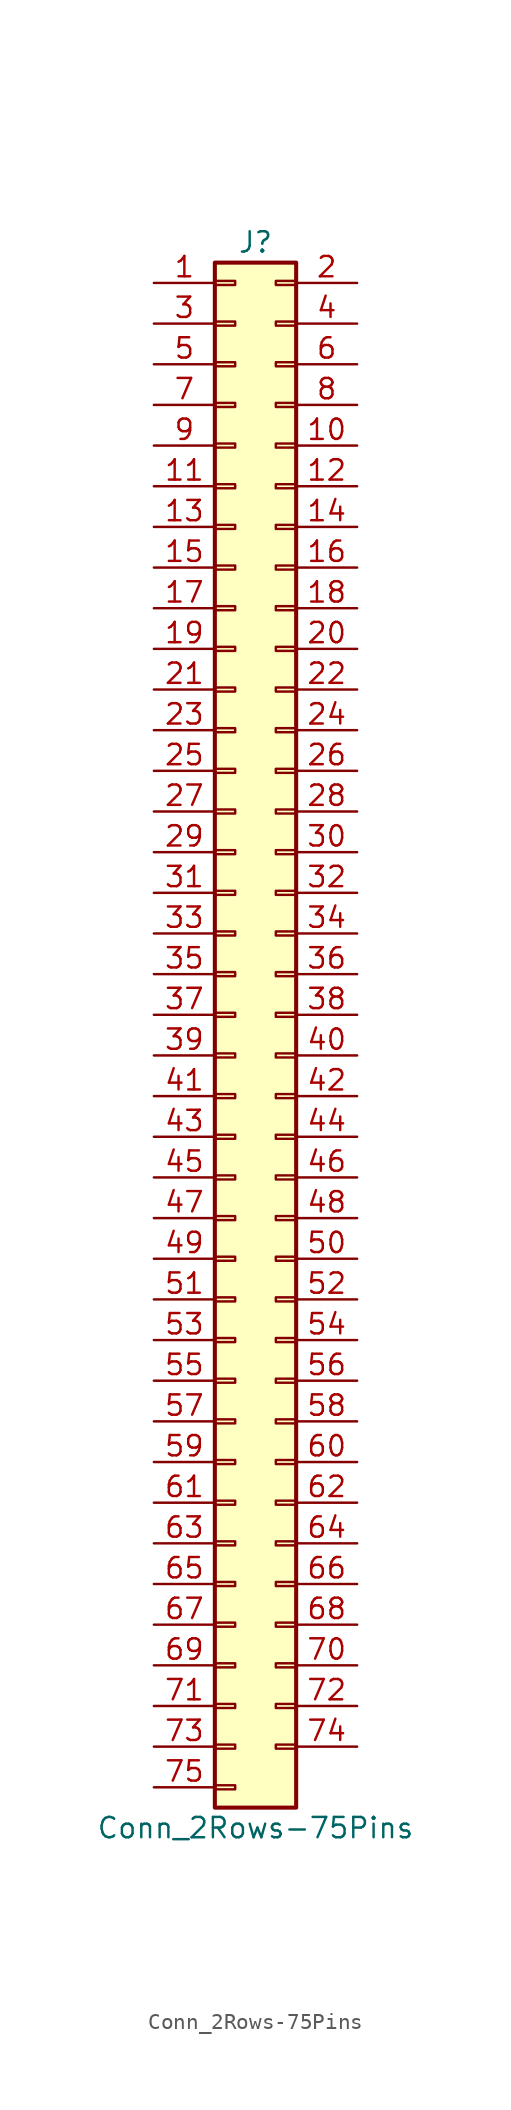
<source format=kicad_sym>
(kicad_symbol_lib
  (version 20201005)
  (generator kicad_symbol_editor)
  (symbol "Conn_2Rows-75Pins"
    (pin_names
      (offset 1.016) hide)
    (property "Reference" "J"
      (at 1.27 48.26 0)
      (effects (font (size 1.27 1.27))))
    (property "Value" "Conn_2Rows-75Pins"
      (at 1.27 -50.8 0)
      (effects (font (size 1.27 1.27))))
    (symbol "Conn_2Rows-75Pins_1_1"
      (rectangle (start -1.27 -48.133) (end 0 -48.387) (stroke (width 0.152)) (fill (type none)))
      (rectangle (start -1.27 -45.593) (end 0 -45.847) (stroke (width 0.152)) (fill (type none)))
      (rectangle (start -1.27 -43.053) (end 0 -43.307) (stroke (width 0.152)) (fill (type none)))
      (rectangle (start -1.27 -40.513) (end 0 -40.767) (stroke (width 0.152)) (fill (type none)))
      (rectangle (start -1.27 -37.973) (end 0 -38.227) (stroke (width 0.152)) (fill (type none)))
      (rectangle (start -1.27 -35.433) (end 0 -35.687) (stroke (width 0.152)) (fill (type none)))
      (rectangle (start -1.27 -32.893) (end 0 -33.147) (stroke (width 0.152)) (fill (type none)))
      (rectangle (start -1.27 -30.353) (end 0 -30.607) (stroke (width 0.152)) (fill (type none)))
      (rectangle (start -1.27 -27.813) (end 0 -28.067) (stroke (width 0.152)) (fill (type none)))
      (rectangle (start -1.27 -25.273) (end 0 -25.527) (stroke (width 0.152)) (fill (type none)))
      (rectangle (start -1.27 -22.733) (end 0 -22.987) (stroke (width 0.152)) (fill (type none)))
      (rectangle (start -1.27 -20.193) (end 0 -20.447) (stroke (width 0.152)) (fill (type none)))
      (rectangle (start -1.27 -17.653) (end 0 -17.907) (stroke (width 0.152)) (fill (type none)))
      (rectangle (start -1.27 -15.113) (end 0 -15.367) (stroke (width 0.152)) (fill (type none)))
      (rectangle (start -1.27 -12.573) (end 0 -12.827) (stroke (width 0.152)) (fill (type none)))
      (rectangle (start -1.27 -10.033) (end 0 -10.287) (stroke (width 0.152)) (fill (type none)))
      (rectangle (start -1.27 -7.493) (end 0 -7.747) (stroke (width 0.152)) (fill (type none)))
      (rectangle (start -1.27 -4.953) (end 0 -5.207) (stroke (width 0.152)) (fill (type none)))
      (rectangle (start -1.27 -2.413) (end 0 -2.667) (stroke (width 0.152)) (fill (type none)))
      (rectangle (start -1.27 0.127) (end 0 -0.127) (stroke (width 0.152)) (fill (type none)))
      (rectangle (start -1.27 2.667) (end 0 2.413) (stroke (width 0.152)) (fill (type none)))
      (rectangle (start -1.27 5.207) (end 0 4.953) (stroke (width 0.152)) (fill (type none)))
      (rectangle (start -1.27 7.747) (end 0 7.493) (stroke (width 0.152)) (fill (type none)))
      (rectangle (start -1.27 10.287) (end 0 10.033) (stroke (width 0.152)) (fill (type none)))
      (rectangle (start -1.27 12.827) (end 0 12.573) (stroke (width 0.152)) (fill (type none)))
      (rectangle (start -1.27 15.367) (end 0 15.113) (stroke (width 0.152)) (fill (type none)))
      (rectangle (start -1.27 17.907) (end 0 17.653) (stroke (width 0.152)) (fill (type none)))
      (rectangle (start -1.27 20.447) (end 0 20.193) (stroke (width 0.152)) (fill (type none)))
      (rectangle (start -1.27 22.987) (end 0 22.733) (stroke (width 0.152)) (fill (type none)))
      (rectangle (start -1.27 25.527) (end 0 25.273) (stroke (width 0.152)) (fill (type none)))
      (rectangle (start -1.27 28.067) (end 0 27.813) (stroke (width 0.152)) (fill (type none)))
      (rectangle (start -1.27 30.607) (end 0 30.353) (stroke (width 0.152)) (fill (type none)))
      (rectangle (start -1.27 33.147) (end 0 32.893) (stroke (width 0.152)) (fill (type none)))
      (rectangle (start -1.27 35.687) (end 0 35.433) (stroke (width 0.152)) (fill (type none)))
      (rectangle (start -1.27 38.227) (end 0 37.973) (stroke (width 0.152)) (fill (type none)))
      (rectangle (start -1.27 40.767) (end 0 40.513) (stroke (width 0.152)) (fill (type none)))
      (rectangle (start -1.27 43.307) (end 0 43.053) (stroke (width 0.152)) (fill (type none)))
      (rectangle (start -1.27 45.847) (end 0 45.593) (stroke (width 0.152)) (fill (type none)))
      (rectangle (start 3.81 -45.593) (end 2.54 -45.847) (stroke (width 0.152)) (fill (type none)))
      (rectangle (start 3.81 -43.053) (end 2.54 -43.307) (stroke (width 0.152)) (fill (type none)))
      (rectangle (start 3.81 -40.513) (end 2.54 -40.767) (stroke (width 0.152)) (fill (type none)))
      (rectangle (start 3.81 -37.973) (end 2.54 -38.227) (stroke (width 0.152)) (fill (type none)))
      (rectangle (start 3.81 -35.433) (end 2.54 -35.687) (stroke (width 0.152)) (fill (type none)))
      (rectangle (start 3.81 -32.893) (end 2.54 -33.147) (stroke (width 0.152)) (fill (type none)))
      (rectangle (start 3.81 -30.353) (end 2.54 -30.607) (stroke (width 0.152)) (fill (type none)))
      (rectangle (start 3.81 -27.813) (end 2.54 -28.067) (stroke (width 0.152)) (fill (type none)))
      (rectangle (start 3.81 -25.273) (end 2.54 -25.527) (stroke (width 0.152)) (fill (type none)))
      (rectangle (start 3.81 -22.733) (end 2.54 -22.987) (stroke (width 0.152)) (fill (type none)))
      (rectangle (start 3.81 -20.193) (end 2.54 -20.447) (stroke (width 0.152)) (fill (type none)))
      (rectangle (start 3.81 -17.653) (end 2.54 -17.907) (stroke (width 0.152)) (fill (type none)))
      (rectangle (start 3.81 -15.113) (end 2.54 -15.367) (stroke (width 0.152)) (fill (type none)))
      (rectangle (start 3.81 -12.573) (end 2.54 -12.827) (stroke (width 0.152)) (fill (type none)))
      (rectangle (start 3.81 -10.033) (end 2.54 -10.287) (stroke (width 0.152)) (fill (type none)))
      (rectangle (start 3.81 -7.493) (end 2.54 -7.747) (stroke (width 0.152)) (fill (type none)))
      (rectangle (start 3.81 -4.953) (end 2.54 -5.207) (stroke (width 0.152)) (fill (type none)))
      (rectangle (start 3.81 -2.413) (end 2.54 -2.667) (stroke (width 0.152)) (fill (type none)))
      (rectangle (start 3.81 0.127) (end 2.54 -0.127) (stroke (width 0.152)) (fill (type none)))
      (rectangle (start 3.81 2.667) (end 2.54 2.413) (stroke (width 0.152)) (fill (type none)))
      (rectangle (start 3.81 5.207) (end 2.54 4.953) (stroke (width 0.152)) (fill (type none)))
      (rectangle (start 3.81 7.747) (end 2.54 7.493) (stroke (width 0.152)) (fill (type none)))
      (rectangle (start 3.81 10.287) (end 2.54 10.033) (stroke (width 0.152)) (fill (type none)))
      (rectangle (start 3.81 12.827) (end 2.54 12.573) (stroke (width 0.152)) (fill (type none)))
      (rectangle (start 3.81 15.367) (end 2.54 15.113) (stroke (width 0.152)) (fill (type none)))
      (rectangle (start 3.81 17.907) (end 2.54 17.653) (stroke (width 0.152)) (fill (type none)))
      (rectangle (start 3.81 20.447) (end 2.54 20.193) (stroke (width 0.152)) (fill (type none)))
      (rectangle (start 3.81 22.987) (end 2.54 22.733) (stroke (width 0.152)) (fill (type none)))
      (rectangle (start 3.81 25.527) (end 2.54 25.273) (stroke (width 0.152)) (fill (type none)))
      (rectangle (start 3.81 28.067) (end 2.54 27.813) (stroke (width 0.152)) (fill (type none)))
      (rectangle (start 3.81 30.607) (end 2.54 30.353) (stroke (width 0.152)) (fill (type none)))
      (rectangle (start 3.81 33.147) (end 2.54 32.893) (stroke (width 0.152)) (fill (type none)))
      (rectangle (start 3.81 35.687) (end 2.54 35.433) (stroke (width 0.152)) (fill (type none)))
      (rectangle (start 3.81 38.227) (end 2.54 37.973) (stroke (width 0.152)) (fill (type none)))
      (rectangle (start 3.81 40.767) (end 2.54 40.513) (stroke (width 0.152)) (fill (type none)))
      (rectangle (start 3.81 43.307) (end 2.54 43.053) (stroke (width 0.152)) (fill (type none)))
      (rectangle (start 3.81 45.847) (end 2.54 45.593) (stroke (width 0.152)) (fill (type none)))
      (rectangle (start -1.27 46.99) (end 3.81 -49.53) (stroke (width 0.254)) (fill (type background)))
      (pin passive line (at -5.08 45.72 0) (length 3.81) (name "Pin_1" (effects (font (size 1.27 1.27)))) (number "1" (effects (font (size 1.27 1.27)))))
      (pin passive line (at 7.62 35.56 180) (length 3.81) (name "Pin_10" (effects (font (size 1.27 1.27)))) (number "10" (effects (font (size 1.27 1.27)))))
      (pin passive line (at -5.08 33.02 0) (length 3.81) (name "Pin_11" (effects (font (size 1.27 1.27)))) (number "11" (effects (font (size 1.27 1.27)))))
      (pin passive line (at 7.62 33.02 180) (length 3.81) (name "Pin_12" (effects (font (size 1.27 1.27)))) (number "12" (effects (font (size 1.27 1.27)))))
      (pin passive line (at -5.08 30.48 0) (length 3.81) (name "Pin_13" (effects (font (size 1.27 1.27)))) (number "13" (effects (font (size 1.27 1.27)))))
      (pin passive line (at 7.62 30.48 180) (length 3.81) (name "Pin_14" (effects (font (size 1.27 1.27)))) (number "14" (effects (font (size 1.27 1.27)))))
      (pin passive line (at -5.08 27.94 0) (length 3.81) (name "Pin_15" (effects (font (size 1.27 1.27)))) (number "15" (effects (font (size 1.27 1.27)))))
      (pin passive line (at 7.62 27.94 180) (length 3.81) (name "Pin_16" (effects (font (size 1.27 1.27)))) (number "16" (effects (font (size 1.27 1.27)))))
      (pin passive line (at -5.08 25.4 0) (length 3.81) (name "Pin_17" (effects (font (size 1.27 1.27)))) (number "17" (effects (font (size 1.27 1.27)))))
      (pin passive line (at 7.62 25.4 180) (length 3.81) (name "Pin_18" (effects (font (size 1.27 1.27)))) (number "18" (effects (font (size 1.27 1.27)))))
      (pin passive line (at -5.08 22.86 0) (length 3.81) (name "Pin_19" (effects (font (size 1.27 1.27)))) (number "19" (effects (font (size 1.27 1.27)))))
      (pin passive line (at 7.62 45.72 180) (length 3.81) (name "Pin_2" (effects (font (size 1.27 1.27)))) (number "2" (effects (font (size 1.27 1.27)))))
      (pin passive line (at 7.62 22.86 180) (length 3.81) (name "Pin_20" (effects (font (size 1.27 1.27)))) (number "20" (effects (font (size 1.27 1.27)))))
      (pin passive line (at -5.08 20.32 0) (length 3.81) (name "Pin_21" (effects (font (size 1.27 1.27)))) (number "21" (effects (font (size 1.27 1.27)))))
      (pin passive line (at 7.62 20.32 180) (length 3.81) (name "Pin_22" (effects (font (size 1.27 1.27)))) (number "22" (effects (font (size 1.27 1.27)))))
      (pin passive line (at -5.08 17.78 0) (length 3.81) (name "Pin_23" (effects (font (size 1.27 1.27)))) (number "23" (effects (font (size 1.27 1.27)))))
      (pin passive line (at 7.62 17.78 180) (length 3.81) (name "Pin_24" (effects (font (size 1.27 1.27)))) (number "24" (effects (font (size 1.27 1.27)))))
      (pin passive line (at -5.08 15.24 0) (length 3.81) (name "Pin_25" (effects (font (size 1.27 1.27)))) (number "25" (effects (font (size 1.27 1.27)))))
      (pin passive line (at 7.62 15.24 180) (length 3.81) (name "Pin_26" (effects (font (size 1.27 1.27)))) (number "26" (effects (font (size 1.27 1.27)))))
      (pin passive line (at -5.08 12.7 0) (length 3.81) (name "Pin_27" (effects (font (size 1.27 1.27)))) (number "27" (effects (font (size 1.27 1.27)))))
      (pin passive line (at 7.62 12.7 180) (length 3.81) (name "Pin_28" (effects (font (size 1.27 1.27)))) (number "28" (effects (font (size 1.27 1.27)))))
      (pin passive line (at -5.08 10.16 0) (length 3.81) (name "Pin_29" (effects (font (size 1.27 1.27)))) (number "29" (effects (font (size 1.27 1.27)))))
      (pin passive line (at -5.08 43.18 0) (length 3.81) (name "Pin_3" (effects (font (size 1.27 1.27)))) (number "3" (effects (font (size 1.27 1.27)))))
      (pin passive line (at 7.62 10.16 180) (length 3.81) (name "Pin_30" (effects (font (size 1.27 1.27)))) (number "30" (effects (font (size 1.27 1.27)))))
      (pin passive line (at -5.08 7.62 0) (length 3.81) (name "Pin_31" (effects (font (size 1.27 1.27)))) (number "31" (effects (font (size 1.27 1.27)))))
      (pin passive line (at 7.62 7.62 180) (length 3.81) (name "Pin_32" (effects (font (size 1.27 1.27)))) (number "32" (effects (font (size 1.27 1.27)))))
      (pin passive line (at -5.08 5.08 0) (length 3.81) (name "Pin_33" (effects (font (size 1.27 1.27)))) (number "33" (effects (font (size 1.27 1.27)))))
      (pin passive line (at 7.62 5.08 180) (length 3.81) (name "Pin_34" (effects (font (size 1.27 1.27)))) (number "34" (effects (font (size 1.27 1.27)))))
      (pin passive line (at -5.08 2.54 0) (length 3.81) (name "Pin_35" (effects (font (size 1.27 1.27)))) (number "35" (effects (font (size 1.27 1.27)))))
      (pin passive line (at 7.62 2.54 180) (length 3.81) (name "Pin_36" (effects (font (size 1.27 1.27)))) (number "36" (effects (font (size 1.27 1.27)))))
      (pin passive line (at -5.08 0 0) (length 3.81) (name "Pin_37" (effects (font (size 1.27 1.27)))) (number "37" (effects (font (size 1.27 1.27)))))
      (pin passive line (at 7.62 0 180) (length 3.81) (name "Pin_38" (effects (font (size 1.27 1.27)))) (number "38" (effects (font (size 1.27 1.27)))))
      (pin passive line (at -5.08 -2.54 0) (length 3.81) (name "Pin_39" (effects (font (size 1.27 1.27)))) (number "39" (effects (font (size 1.27 1.27)))))
      (pin passive line (at 7.62 43.18 180) (length 3.81) (name "Pin_4" (effects (font (size 1.27 1.27)))) (number "4" (effects (font (size 1.27 1.27)))))
      (pin passive line (at 7.62 -2.54 180) (length 3.81) (name "Pin_40" (effects (font (size 1.27 1.27)))) (number "40" (effects (font (size 1.27 1.27)))))
      (pin passive line (at -5.08 -5.08 0) (length 3.81) (name "Pin_41" (effects (font (size 1.27 1.27)))) (number "41" (effects (font (size 1.27 1.27)))))
      (pin passive line (at 7.62 -5.08 180) (length 3.81) (name "Pin_42" (effects (font (size 1.27 1.27)))) (number "42" (effects (font (size 1.27 1.27)))))
      (pin passive line (at -5.08 -7.62 0) (length 3.81) (name "Pin_43" (effects (font (size 1.27 1.27)))) (number "43" (effects (font (size 1.27 1.27)))))
      (pin passive line (at 7.62 -7.62 180) (length 3.81) (name "Pin_44" (effects (font (size 1.27 1.27)))) (number "44" (effects (font (size 1.27 1.27)))))
      (pin passive line (at -5.08 -10.16 0) (length 3.81) (name "Pin_45" (effects (font (size 1.27 1.27)))) (number "45" (effects (font (size 1.27 1.27)))))
      (pin passive line (at 7.62 -10.16 180) (length 3.81) (name "Pin_46" (effects (font (size 1.27 1.27)))) (number "46" (effects (font (size 1.27 1.27)))))
      (pin passive line (at -5.08 -12.7 0) (length 3.81) (name "Pin_47" (effects (font (size 1.27 1.27)))) (number "47" (effects (font (size 1.27 1.27)))))
      (pin passive line (at 7.62 -12.7 180) (length 3.81) (name "Pin_48" (effects (font (size 1.27 1.27)))) (number "48" (effects (font (size 1.27 1.27)))))
      (pin passive line (at -5.08 -15.24 0) (length 3.81) (name "Pin_49" (effects (font (size 1.27 1.27)))) (number "49" (effects (font (size 1.27 1.27)))))
      (pin passive line (at -5.08 40.64 0) (length 3.81) (name "Pin_5" (effects (font (size 1.27 1.27)))) (number "5" (effects (font (size 1.27 1.27)))))
      (pin passive line (at 7.62 -15.24 180) (length 3.81) (name "Pin_50" (effects (font (size 1.27 1.27)))) (number "50" (effects (font (size 1.27 1.27)))))
      (pin passive line (at -5.08 -17.78 0) (length 3.81) (name "Pin_51" (effects (font (size 1.27 1.27)))) (number "51" (effects (font (size 1.27 1.27)))))
      (pin passive line (at 7.62 -17.78 180) (length 3.81) (name "Pin_52" (effects (font (size 1.27 1.27)))) (number "52" (effects (font (size 1.27 1.27)))))
      (pin passive line (at -5.08 -20.32 0) (length 3.81) (name "Pin_53" (effects (font (size 1.27 1.27)))) (number "53" (effects (font (size 1.27 1.27)))))
      (pin passive line (at 7.62 -20.32 180) (length 3.81) (name "Pin_54" (effects (font (size 1.27 1.27)))) (number "54" (effects (font (size 1.27 1.27)))))
      (pin passive line (at -5.08 -22.86 0) (length 3.81) (name "Pin_55" (effects (font (size 1.27 1.27)))) (number "55" (effects (font (size 1.27 1.27)))))
      (pin passive line (at 7.62 -22.86 180) (length 3.81) (name "Pin_56" (effects (font (size 1.27 1.27)))) (number "56" (effects (font (size 1.27 1.27)))))
      (pin passive line (at -5.08 -25.4 0) (length 3.81) (name "Pin_57" (effects (font (size 1.27 1.27)))) (number "57" (effects (font (size 1.27 1.27)))))
      (pin passive line (at 7.62 -25.4 180) (length 3.81) (name "Pin_58" (effects (font (size 1.27 1.27)))) (number "58" (effects (font (size 1.27 1.27)))))
      (pin passive line (at -5.08 -27.94 0) (length 3.81) (name "Pin_59" (effects (font (size 1.27 1.27)))) (number "59" (effects (font (size 1.27 1.27)))))
      (pin passive line (at 7.62 40.64 180) (length 3.81) (name "Pin_6" (effects (font (size 1.27 1.27)))) (number "6" (effects (font (size 1.27 1.27)))))
      (pin passive line (at 7.62 -27.94 180) (length 3.81) (name "Pin_60" (effects (font (size 1.27 1.27)))) (number "60" (effects (font (size 1.27 1.27)))))
      (pin passive line (at -5.08 -30.48 0) (length 3.81) (name "Pin_61" (effects (font (size 1.27 1.27)))) (number "61" (effects (font (size 1.27 1.27)))))
      (pin passive line (at 7.62 -30.48 180) (length 3.81) (name "Pin_62" (effects (font (size 1.27 1.27)))) (number "62" (effects (font (size 1.27 1.27)))))
      (pin passive line (at -5.08 -33.02 0) (length 3.81) (name "Pin_63" (effects (font (size 1.27 1.27)))) (number "63" (effects (font (size 1.27 1.27)))))
      (pin passive line (at 7.62 -33.02 180) (length 3.81) (name "Pin_64" (effects (font (size 1.27 1.27)))) (number "64" (effects (font (size 1.27 1.27)))))
      (pin passive line (at -5.08 -35.56 0) (length 3.81) (name "Pin_65" (effects (font (size 1.27 1.27)))) (number "65" (effects (font (size 1.27 1.27)))))
      (pin passive line (at 7.62 -35.56 180) (length 3.81) (name "Pin_66" (effects (font (size 1.27 1.27)))) (number "66" (effects (font (size 1.27 1.27)))))
      (pin passive line (at -5.08 -38.1 0) (length 3.81) (name "Pin_67" (effects (font (size 1.27 1.27)))) (number "67" (effects (font (size 1.27 1.27)))))
      (pin passive line (at 7.62 -38.1 180) (length 3.81) (name "Pin_68" (effects (font (size 1.27 1.27)))) (number "68" (effects (font (size 1.27 1.27)))))
      (pin passive line (at -5.08 -40.64 0) (length 3.81) (name "Pin_69" (effects (font (size 1.27 1.27)))) (number "69" (effects (font (size 1.27 1.27)))))
      (pin passive line (at -5.08 38.1 0) (length 3.81) (name "Pin_7" (effects (font (size 1.27 1.27)))) (number "7" (effects (font (size 1.27 1.27)))))
      (pin passive line (at 7.62 -40.64 180) (length 3.81) (name "Pin_70" (effects (font (size 1.27 1.27)))) (number "70" (effects (font (size 1.27 1.27)))))
      (pin passive line (at -5.08 -43.18 0) (length 3.81) (name "Pin_71" (effects (font (size 1.27 1.27)))) (number "71" (effects (font (size 1.27 1.27)))))
      (pin passive line (at 7.62 -43.18 180) (length 3.81) (name "Pin_72" (effects (font (size 1.27 1.27)))) (number "72" (effects (font (size 1.27 1.27)))))
      (pin passive line (at -5.08 -45.72 0) (length 3.81) (name "Pin_73" (effects (font (size 1.27 1.27)))) (number "73" (effects (font (size 1.27 1.27)))))
      (pin passive line (at 7.62 -45.72 180) (length 3.81) (name "Pin_74" (effects (font (size 1.27 1.27)))) (number "74" (effects (font (size 1.27 1.27)))))
      (pin passive line (at -5.08 -48.26 0) (length 3.81) (name "Pin_75" (effects (font (size 1.27 1.27)))) (number "75" (effects (font (size 1.27 1.27)))))
      (pin passive line (at 7.62 38.1 180) (length 3.81) (name "Pin_8" (effects (font (size 1.27 1.27)))) (number "8" (effects (font (size 1.27 1.27)))))
      (pin passive line (at -5.08 35.56 0) (length 3.81) (name "Pin_9" (effects (font (size 1.27 1.27)))) (number "9" (effects (font (size 1.27 1.27))))))))
</source>
